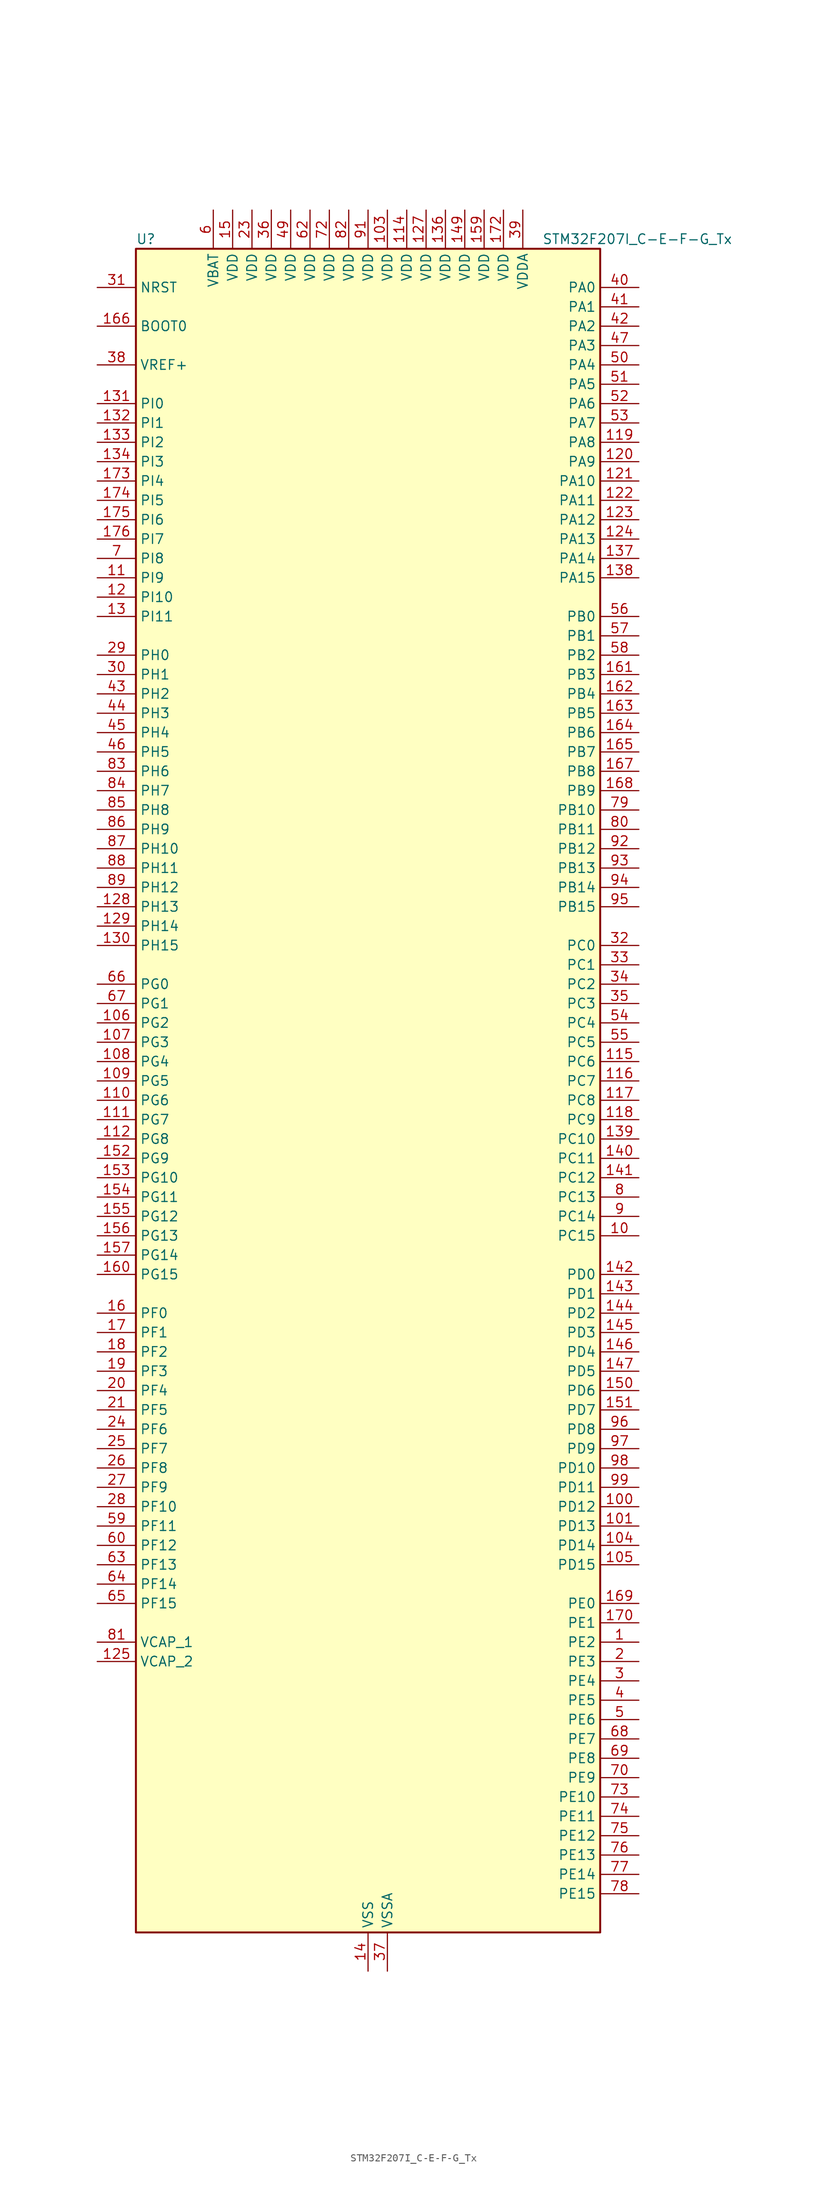
<source format=kicad_sym>
(kicad_symbol_lib
  (version 20241209)
  (generator "kicad_symbol_editor")
  (generator_version "9.0")
  (symbol "STM32F207I_C-E-F-G_Tx"
    (property "Reference" "U"
      (at -30.48 113.03 0)
      (effects (font (size 1.27 1.27)) (justify left)))
    (property "Value" "STM32F207I_C-E-F-G_Tx"
      (at 22.86 113.03 0)
      (effects (font (size 1.27 1.27)) (justify left)))
    (symbol "STM32F207I_C-E-F-G_Tx_0_1"
      (rectangle (start -30.48 -109.22) (end 30.48 111.76) (stroke (width 0.254) (type default)) (fill (type background))))
    (symbol "STM32F207I_C-E-F-G_Tx_1_1"
      (pin input line (at -35.56 106.68 0) (length 5.08) (name "NRST" (effects (font (size 1.27 1.27)))) (number "31" (effects (font (size 1.27 1.27)))))
      (pin input line (at -35.56 101.6 0) (length 5.08) (name "BOOT0" (effects (font (size 1.27 1.27)))) (number "166" (effects (font (size 1.27 1.27)))))
      (pin input line (at -35.56 96.52 0) (length 5.08) (name "VREF+" (effects (font (size 1.27 1.27)))) (number "38" (effects (font (size 1.27 1.27)))))
      (pin bidirectional line (at -35.56 91.44 0) (length 5.08) (name "PI0" (effects (font (size 1.27 1.27)))) (number "131" (effects (font (size 1.27 1.27)))) (alternate "DCMI_D13" bidirectional line) (alternate "I2S2_WS" bidirectional line) (alternate "SPI2_NSS" bidirectional line) (alternate "TIM5_CH4" bidirectional line))
      (pin bidirectional line (at -35.56 88.9 0) (length 5.08) (name "PI1" (effects (font (size 1.27 1.27)))) (number "132" (effects (font (size 1.27 1.27)))) (alternate "DCMI_D8" bidirectional line) (alternate "I2S2_SCK" bidirectional line) (alternate "SPI2_SCK" bidirectional line))
      (pin bidirectional line (at -35.56 86.36 0) (length 5.08) (name "PI2" (effects (font (size 1.27 1.27)))) (number "133" (effects (font (size 1.27 1.27)))) (alternate "DCMI_D9" bidirectional line) (alternate "SPI2_MISO" bidirectional line) (alternate "TIM8_CH4" bidirectional line))
      (pin bidirectional line (at -35.56 83.82 0) (length 5.08) (name "PI3" (effects (font (size 1.27 1.27)))) (number "134" (effects (font (size 1.27 1.27)))) (alternate "DCMI_D10" bidirectional line) (alternate "I2S2_SD" bidirectional line) (alternate "SPI2_MOSI" bidirectional line) (alternate "TIM8_ETR" bidirectional line))
      (pin bidirectional line (at -35.56 81.28 0) (length 5.08) (name "PI4" (effects (font (size 1.27 1.27)))) (number "173" (effects (font (size 1.27 1.27)))) (alternate "DCMI_D5" bidirectional line) (alternate "TIM8_BKIN" bidirectional line))
      (pin bidirectional line (at -35.56 78.74 0) (length 5.08) (name "PI5" (effects (font (size 1.27 1.27)))) (number "174" (effects (font (size 1.27 1.27)))) (alternate "DCMI_VSYNC" bidirectional line) (alternate "TIM8_CH1" bidirectional line))
      (pin bidirectional line (at -35.56 76.2 0) (length 5.08) (name "PI6" (effects (font (size 1.27 1.27)))) (number "175" (effects (font (size 1.27 1.27)))) (alternate "DCMI_D6" bidirectional line) (alternate "TIM8_CH2" bidirectional line))
      (pin bidirectional line (at -35.56 73.66 0) (length 5.08) (name "PI7" (effects (font (size 1.27 1.27)))) (number "176" (effects (font (size 1.27 1.27)))) (alternate "DCMI_D7" bidirectional line) (alternate "TIM8_CH3" bidirectional line))
      (pin bidirectional line (at -35.56 71.12 0) (length 5.08) (name "PI8" (effects (font (size 1.27 1.27)))) (number "7" (effects (font (size 1.27 1.27)))) (alternate "RTC_AF2" bidirectional line))
      (pin bidirectional line (at -35.56 68.58 0) (length 5.08) (name "PI9" (effects (font (size 1.27 1.27)))) (number "11" (effects (font (size 1.27 1.27)))) (alternate "CAN1_RX" bidirectional line) (alternate "DAC_EXTI9" bidirectional line))
      (pin bidirectional line (at -35.56 66.04 0) (length 5.08) (name "PI10" (effects (font (size 1.27 1.27)))) (number "12" (effects (font (size 1.27 1.27)))) (alternate "ETH_RX_ER" bidirectional line))
      (pin bidirectional line (at -35.56 63.5 0) (length 5.08) (name "PI11" (effects (font (size 1.27 1.27)))) (number "13" (effects (font (size 1.27 1.27)))) (alternate "ADC1_EXTI11" bidirectional line) (alternate "ADC2_EXTI11" bidirectional line) (alternate "ADC3_EXTI11" bidirectional line) (alternate "USB_OTG_HS_ULPI_DIR" bidirectional line))
      (pin bidirectional line (at -35.56 58.42 0) (length 5.08) (name "PH0" (effects (font (size 1.27 1.27)))) (number "29" (effects (font (size 1.27 1.27)))) (alternate "RCC_OSC_IN" bidirectional line))
      (pin bidirectional line (at -35.56 55.88 0) (length 5.08) (name "PH1" (effects (font (size 1.27 1.27)))) (number "30" (effects (font (size 1.27 1.27)))) (alternate "RCC_OSC_OUT" bidirectional line))
      (pin bidirectional line (at -35.56 53.34 0) (length 5.08) (name "PH2" (effects (font (size 1.27 1.27)))) (number "43" (effects (font (size 1.27 1.27)))) (alternate "ETH_CRS" bidirectional line))
      (pin bidirectional line (at -35.56 50.8 0) (length 5.08) (name "PH3" (effects (font (size 1.27 1.27)))) (number "44" (effects (font (size 1.27 1.27)))) (alternate "ETH_COL" bidirectional line))
      (pin bidirectional line (at -35.56 48.26 0) (length 5.08) (name "PH4" (effects (font (size 1.27 1.27)))) (number "45" (effects (font (size 1.27 1.27)))) (alternate "I2C2_SCL" bidirectional line) (alternate "USB_OTG_HS_ULPI_NXT" bidirectional line))
      (pin bidirectional line (at -35.56 45.72 0) (length 5.08) (name "PH5" (effects (font (size 1.27 1.27)))) (number "46" (effects (font (size 1.27 1.27)))) (alternate "I2C2_SDA" bidirectional line))
      (pin bidirectional line (at -35.56 43.18 0) (length 5.08) (name "PH6" (effects (font (size 1.27 1.27)))) (number "83" (effects (font (size 1.27 1.27)))) (alternate "ETH_RXD2" bidirectional line) (alternate "I2C2_SMBA" bidirectional line) (alternate "TIM12_CH1" bidirectional line))
      (pin bidirectional line (at -35.56 40.64 0) (length 5.08) (name "PH7" (effects (font (size 1.27 1.27)))) (number "84" (effects (font (size 1.27 1.27)))) (alternate "ETH_RXD3" bidirectional line) (alternate "I2C3_SCL" bidirectional line))
      (pin bidirectional line (at -35.56 38.1 0) (length 5.08) (name "PH8" (effects (font (size 1.27 1.27)))) (number "85" (effects (font (size 1.27 1.27)))) (alternate "DCMI_HSYNC" bidirectional line) (alternate "I2C3_SDA" bidirectional line))
      (pin bidirectional line (at -35.56 35.56 0) (length 5.08) (name "PH9" (effects (font (size 1.27 1.27)))) (number "86" (effects (font (size 1.27 1.27)))) (alternate "DAC_EXTI9" bidirectional line) (alternate "DCMI_D0" bidirectional line) (alternate "I2C3_SMBA" bidirectional line) (alternate "TIM12_CH2" bidirectional line))
      (pin bidirectional line (at -35.56 33.02 0) (length 5.08) (name "PH10" (effects (font (size 1.27 1.27)))) (number "87" (effects (font (size 1.27 1.27)))) (alternate "DCMI_D1" bidirectional line) (alternate "TIM5_CH1" bidirectional line))
      (pin bidirectional line (at -35.56 30.48 0) (length 5.08) (name "PH11" (effects (font (size 1.27 1.27)))) (number "88" (effects (font (size 1.27 1.27)))) (alternate "ADC1_EXTI11" bidirectional line) (alternate "ADC2_EXTI11" bidirectional line) (alternate "ADC3_EXTI11" bidirectional line) (alternate "DCMI_D2" bidirectional line) (alternate "TIM5_CH2" bidirectional line))
      (pin bidirectional line (at -35.56 27.94 0) (length 5.08) (name "PH12" (effects (font (size 1.27 1.27)))) (number "89" (effects (font (size 1.27 1.27)))) (alternate "DCMI_D3" bidirectional line) (alternate "TIM5_CH3" bidirectional line))
      (pin bidirectional line (at -35.56 25.4 0) (length 5.08) (name "PH13" (effects (font (size 1.27 1.27)))) (number "128" (effects (font (size 1.27 1.27)))) (alternate "CAN1_TX" bidirectional line) (alternate "TIM8_CH1N" bidirectional line))
      (pin bidirectional line (at -35.56 22.86 0) (length 5.08) (name "PH14" (effects (font (size 1.27 1.27)))) (number "129" (effects (font (size 1.27 1.27)))) (alternate "DCMI_D4" bidirectional line) (alternate "TIM8_CH2N" bidirectional line))
      (pin bidirectional line (at -35.56 20.32 0) (length 5.08) (name "PH15" (effects (font (size 1.27 1.27)))) (number "130" (effects (font (size 1.27 1.27)))) (alternate "ADC1_EXTI15" bidirectional line) (alternate "ADC2_EXTI15" bidirectional line) (alternate "ADC3_EXTI15" bidirectional line) (alternate "DCMI_D11" bidirectional line) (alternate "TIM8_CH3N" bidirectional line))
      (pin bidirectional line (at -35.56 15.24 0) (length 5.08) (name "PG0" (effects (font (size 1.27 1.27)))) (number "66" (effects (font (size 1.27 1.27)))) (alternate "FSMC_A10" bidirectional line))
      (pin bidirectional line (at -35.56 12.7 0) (length 5.08) (name "PG1" (effects (font (size 1.27 1.27)))) (number "67" (effects (font (size 1.27 1.27)))) (alternate "FSMC_A11" bidirectional line))
      (pin bidirectional line (at -35.56 10.16 0) (length 5.08) (name "PG2" (effects (font (size 1.27 1.27)))) (number "106" (effects (font (size 1.27 1.27)))) (alternate "FSMC_A12" bidirectional line))
      (pin bidirectional line (at -35.56 7.62 0) (length 5.08) (name "PG3" (effects (font (size 1.27 1.27)))) (number "107" (effects (font (size 1.27 1.27)))) (alternate "FSMC_A13" bidirectional line))
      (pin bidirectional line (at -35.56 5.08 0) (length 5.08) (name "PG4" (effects (font (size 1.27 1.27)))) (number "108" (effects (font (size 1.27 1.27)))) (alternate "FSMC_A14" bidirectional line))
      (pin bidirectional line (at -35.56 2.54 0) (length 5.08) (name "PG5" (effects (font (size 1.27 1.27)))) (number "109" (effects (font (size 1.27 1.27)))) (alternate "FSMC_A15" bidirectional line))
      (pin bidirectional line (at -35.56 0 0) (length 5.08) (name "PG6" (effects (font (size 1.27 1.27)))) (number "110" (effects (font (size 1.27 1.27)))) (alternate "FSMC_INT2" bidirectional line))
      (pin bidirectional line (at -35.56 -2.54 0) (length 5.08) (name "PG7" (effects (font (size 1.27 1.27)))) (number "111" (effects (font (size 1.27 1.27)))) (alternate "FSMC_INT3" bidirectional line) (alternate "USART6_CK" bidirectional line))
      (pin bidirectional line (at -35.56 -5.08 0) (length 5.08) (name "PG8" (effects (font (size 1.27 1.27)))) (number "112" (effects (font (size 1.27 1.27)))) (alternate "ETH_PPS_OUT" bidirectional line) (alternate "USART6_RTS" bidirectional line))
      (pin bidirectional line (at -35.56 -7.62 0) (length 5.08) (name "PG9" (effects (font (size 1.27 1.27)))) (number "152" (effects (font (size 1.27 1.27)))) (alternate "DAC_EXTI9" bidirectional line) (alternate "FSMC_NCE3" bidirectional line) (alternate "FSMC_NE2" bidirectional line) (alternate "USART6_RX" bidirectional line))
      (pin bidirectional line (at -35.56 -10.16 0) (length 5.08) (name "PG10" (effects (font (size 1.27 1.27)))) (number "153" (effects (font (size 1.27 1.27)))) (alternate "FSMC_NCE4_1" bidirectional line) (alternate "FSMC_NE3" bidirectional line))
      (pin bidirectional line (at -35.56 -12.7 0) (length 5.08) (name "PG11" (effects (font (size 1.27 1.27)))) (number "154" (effects (font (size 1.27 1.27)))) (alternate "ADC1_EXTI11" bidirectional line) (alternate "ADC2_EXTI11" bidirectional line) (alternate "ADC3_EXTI11" bidirectional line) (alternate "ETH_TX_EN" bidirectional line) (alternate "FSMC_NCE4_2" bidirectional line))
      (pin bidirectional line (at -35.56 -15.24 0) (length 5.08) (name "PG12" (effects (font (size 1.27 1.27)))) (number "155" (effects (font (size 1.27 1.27)))) (alternate "FSMC_NE4" bidirectional line) (alternate "USART6_RTS" bidirectional line))
      (pin bidirectional line (at -35.56 -17.78 0) (length 5.08) (name "PG13" (effects (font (size 1.27 1.27)))) (number "156" (effects (font (size 1.27 1.27)))) (alternate "ETH_TXD0" bidirectional line) (alternate "FSMC_A24" bidirectional line) (alternate "USART6_CTS" bidirectional line))
      (pin bidirectional line (at -35.56 -20.32 0) (length 5.08) (name "PG14" (effects (font (size 1.27 1.27)))) (number "157" (effects (font (size 1.27 1.27)))) (alternate "ETH_TXD1" bidirectional line) (alternate "FSMC_A25" bidirectional line) (alternate "USART6_TX" bidirectional line))
      (pin bidirectional line (at -35.56 -22.86 0) (length 5.08) (name "PG15" (effects (font (size 1.27 1.27)))) (number "160" (effects (font (size 1.27 1.27)))) (alternate "ADC1_EXTI15" bidirectional line) (alternate "ADC2_EXTI15" bidirectional line) (alternate "ADC3_EXTI15" bidirectional line) (alternate "DCMI_D13" bidirectional line) (alternate "USART6_CTS" bidirectional line))
      (pin bidirectional line (at -35.56 -27.94 0) (length 5.08) (name "PF0" (effects (font (size 1.27 1.27)))) (number "16" (effects (font (size 1.27 1.27)))) (alternate "FSMC_A0" bidirectional line) (alternate "I2C2_SDA" bidirectional line))
      (pin bidirectional line (at -35.56 -30.48 0) (length 5.08) (name "PF1" (effects (font (size 1.27 1.27)))) (number "17" (effects (font (size 1.27 1.27)))) (alternate "FSMC_A1" bidirectional line) (alternate "I2C2_SCL" bidirectional line))
      (pin bidirectional line (at -35.56 -33.02 0) (length 5.08) (name "PF2" (effects (font (size 1.27 1.27)))) (number "18" (effects (font (size 1.27 1.27)))) (alternate "FSMC_A2" bidirectional line) (alternate "I2C2_SMBA" bidirectional line))
      (pin bidirectional line (at -35.56 -35.56 0) (length 5.08) (name "PF3" (effects (font (size 1.27 1.27)))) (number "19" (effects (font (size 1.27 1.27)))) (alternate "ADC3_IN9" bidirectional line) (alternate "FSMC_A3" bidirectional line))
      (pin bidirectional line (at -35.56 -38.1 0) (length 5.08) (name "PF4" (effects (font (size 1.27 1.27)))) (number "20" (effects (font (size 1.27 1.27)))) (alternate "ADC3_IN14" bidirectional line) (alternate "FSMC_A4" bidirectional line))
      (pin bidirectional line (at -35.56 -40.64 0) (length 5.08) (name "PF5" (effects (font (size 1.27 1.27)))) (number "21" (effects (font (size 1.27 1.27)))) (alternate "ADC3_IN15" bidirectional line) (alternate "FSMC_A5" bidirectional line))
      (pin bidirectional line (at -35.56 -43.18 0) (length 5.08) (name "PF6" (effects (font (size 1.27 1.27)))) (number "24" (effects (font (size 1.27 1.27)))) (alternate "ADC3_IN4" bidirectional line) (alternate "FSMC_NIORD" bidirectional line) (alternate "TIM10_CH1" bidirectional line))
      (pin bidirectional line (at -35.56 -45.72 0) (length 5.08) (name "PF7" (effects (font (size 1.27 1.27)))) (number "25" (effects (font (size 1.27 1.27)))) (alternate "ADC3_IN5" bidirectional line) (alternate "FSMC_NREG" bidirectional line) (alternate "TIM11_CH1" bidirectional line))
      (pin bidirectional line (at -35.56 -48.26 0) (length 5.08) (name "PF8" (effects (font (size 1.27 1.27)))) (number "26" (effects (font (size 1.27 1.27)))) (alternate "ADC3_IN6" bidirectional line) (alternate "FSMC_NIOWR" bidirectional line) (alternate "TIM13_CH1" bidirectional line))
      (pin bidirectional line (at -35.56 -50.8 0) (length 5.08) (name "PF9" (effects (font (size 1.27 1.27)))) (number "27" (effects (font (size 1.27 1.27)))) (alternate "ADC3_IN7" bidirectional line) (alternate "DAC_EXTI9" bidirectional line) (alternate "FSMC_CD" bidirectional line) (alternate "TIM14_CH1" bidirectional line))
      (pin bidirectional line (at -35.56 -53.34 0) (length 5.08) (name "PF10" (effects (font (size 1.27 1.27)))) (number "28" (effects (font (size 1.27 1.27)))) (alternate "ADC3_IN8" bidirectional line) (alternate "FSMC_INTR" bidirectional line))
      (pin bidirectional line (at -35.56 -55.88 0) (length 5.08) (name "PF11" (effects (font (size 1.27 1.27)))) (number "59" (effects (font (size 1.27 1.27)))) (alternate "ADC1_EXTI11" bidirectional line) (alternate "ADC2_EXTI11" bidirectional line) (alternate "ADC3_EXTI11" bidirectional line) (alternate "DCMI_D12" bidirectional line))
      (pin bidirectional line (at -35.56 -58.42 0) (length 5.08) (name "PF12" (effects (font (size 1.27 1.27)))) (number "60" (effects (font (size 1.27 1.27)))) (alternate "FSMC_A6" bidirectional line))
      (pin bidirectional line (at -35.56 -60.96 0) (length 5.08) (name "PF13" (effects (font (size 1.27 1.27)))) (number "63" (effects (font (size 1.27 1.27)))) (alternate "FSMC_A7" bidirectional line))
      (pin bidirectional line (at -35.56 -63.5 0) (length 5.08) (name "PF14" (effects (font (size 1.27 1.27)))) (number "64" (effects (font (size 1.27 1.27)))) (alternate "FSMC_A8" bidirectional line))
      (pin bidirectional line (at -35.56 -66.04 0) (length 5.08) (name "PF15" (effects (font (size 1.27 1.27)))) (number "65" (effects (font (size 1.27 1.27)))) (alternate "ADC1_EXTI15" bidirectional line) (alternate "ADC2_EXTI15" bidirectional line) (alternate "ADC3_EXTI15" bidirectional line) (alternate "FSMC_A9" bidirectional line))
      (pin power_out line (at -35.56 -71.12 0) (length 5.08) (name "VCAP_1" (effects (font (size 1.27 1.27)))) (number "81" (effects (font (size 1.27 1.27)))))
      (pin power_out line (at -35.56 -73.66 0) (length 5.08) (name "VCAP_2" (effects (font (size 1.27 1.27)))) (number "125" (effects (font (size 1.27 1.27)))))
      (pin no_connect line (at -30.48 -109.22 0) (length 5.08) (hide yes) (name "RFU" (effects (font (size 1.27 1.27)))) (number "171" (effects (font (size 1.27 1.27)))))
      (pin power_in line (at -20.32 116.84 270) (length 5.08) (name "VBAT" (effects (font (size 1.27 1.27)))) (number "6" (effects (font (size 1.27 1.27)))))
      (pin power_in line (at -17.78 116.84 270) (length 5.08) (name "VDD" (effects (font (size 1.27 1.27)))) (number "15" (effects (font (size 1.27 1.27)))))
      (pin power_in line (at -15.24 116.84 270) (length 5.08) (name "VDD" (effects (font (size 1.27 1.27)))) (number "23" (effects (font (size 1.27 1.27)))))
      (pin power_in line (at -12.7 116.84 270) (length 5.08) (name "VDD" (effects (font (size 1.27 1.27)))) (number "36" (effects (font (size 1.27 1.27)))))
      (pin power_in line (at -10.16 116.84 270) (length 5.08) (name "VDD" (effects (font (size 1.27 1.27)))) (number "49" (effects (font (size 1.27 1.27)))))
      (pin power_in line (at -7.62 116.84 270) (length 5.08) (name "VDD" (effects (font (size 1.27 1.27)))) (number "62" (effects (font (size 1.27 1.27)))))
      (pin power_in line (at -5.08 116.84 270) (length 5.08) (name "VDD" (effects (font (size 1.27 1.27)))) (number "72" (effects (font (size 1.27 1.27)))))
      (pin power_in line (at -2.54 116.84 270) (length 5.08) (name "VDD" (effects (font (size 1.27 1.27)))) (number "82" (effects (font (size 1.27 1.27)))))
      (pin power_in line (at 0 116.84 270) (length 5.08) (name "VDD" (effects (font (size 1.27 1.27)))) (number "91" (effects (font (size 1.27 1.27)))))
      (pin passive line (at 0 -114.3 90) (length 5.08) (hide yes) (name "VSS" (effects (font (size 1.27 1.27)))) (number "102" (effects (font (size 1.27 1.27)))))
      (pin passive line (at 0 -114.3 90) (length 5.08) (hide yes) (name "VSS" (effects (font (size 1.27 1.27)))) (number "113" (effects (font (size 1.27 1.27)))))
      (pin passive line (at 0 -114.3 90) (length 5.08) (hide yes) (name "VSS" (effects (font (size 1.27 1.27)))) (number "126" (effects (font (size 1.27 1.27)))))
      (pin passive line (at 0 -114.3 90) (length 5.08) (hide yes) (name "VSS" (effects (font (size 1.27 1.27)))) (number "135" (effects (font (size 1.27 1.27)))))
      (pin power_in line (at 0 -114.3 90) (length 5.08) (name "VSS" (effects (font (size 1.27 1.27)))) (number "14" (effects (font (size 1.27 1.27)))))
      (pin passive line (at 0 -114.3 90) (length 5.08) (hide yes) (name "VSS" (effects (font (size 1.27 1.27)))) (number "148" (effects (font (size 1.27 1.27)))))
      (pin passive line (at 0 -114.3 90) (length 5.08) (hide yes) (name "VSS" (effects (font (size 1.27 1.27)))) (number "158" (effects (font (size 1.27 1.27)))))
      (pin passive line (at 0 -114.3 90) (length 5.08) (hide yes) (name "VSS" (effects (font (size 1.27 1.27)))) (number "22" (effects (font (size 1.27 1.27)))))
      (pin passive line (at 0 -114.3 90) (length 5.08) (hide yes) (name "VSS" (effects (font (size 1.27 1.27)))) (number "48" (effects (font (size 1.27 1.27)))))
      (pin passive line (at 0 -114.3 90) (length 5.08) (hide yes) (name "VSS" (effects (font (size 1.27 1.27)))) (number "61" (effects (font (size 1.27 1.27)))))
      (pin passive line (at 0 -114.3 90) (length 5.08) (hide yes) (name "VSS" (effects (font (size 1.27 1.27)))) (number "71" (effects (font (size 1.27 1.27)))))
      (pin passive line (at 0 -114.3 90) (length 5.08) (hide yes) (name "VSS" (effects (font (size 1.27 1.27)))) (number "90" (effects (font (size 1.27 1.27)))))
      (pin power_in line (at 2.54 116.84 270) (length 5.08) (name "VDD" (effects (font (size 1.27 1.27)))) (number "103" (effects (font (size 1.27 1.27)))))
      (pin power_in line (at 2.54 -114.3 90) (length 5.08) (name "VSSA" (effects (font (size 1.27 1.27)))) (number "37" (effects (font (size 1.27 1.27)))))
      (pin power_in line (at 5.08 116.84 270) (length 5.08) (name "VDD" (effects (font (size 1.27 1.27)))) (number "114" (effects (font (size 1.27 1.27)))))
      (pin power_in line (at 7.62 116.84 270) (length 5.08) (name "VDD" (effects (font (size 1.27 1.27)))) (number "127" (effects (font (size 1.27 1.27)))))
      (pin power_in line (at 10.16 116.84 270) (length 5.08) (name "VDD" (effects (font (size 1.27 1.27)))) (number "136" (effects (font (size 1.27 1.27)))))
      (pin power_in line (at 12.7 116.84 270) (length 5.08) (name "VDD" (effects (font (size 1.27 1.27)))) (number "149" (effects (font (size 1.27 1.27)))))
      (pin power_in line (at 15.24 116.84 270) (length 5.08) (name "VDD" (effects (font (size 1.27 1.27)))) (number "159" (effects (font (size 1.27 1.27)))))
      (pin power_in line (at 17.78 116.84 270) (length 5.08) (name "VDD" (effects (font (size 1.27 1.27)))) (number "172" (effects (font (size 1.27 1.27)))))
      (pin power_in line (at 20.32 116.84 270) (length 5.08) (name "VDDA" (effects (font (size 1.27 1.27)))) (number "39" (effects (font (size 1.27 1.27)))))
      (pin bidirectional line (at 35.56 106.68 180) (length 5.08) (name "PA0" (effects (font (size 1.27 1.27)))) (number "40" (effects (font (size 1.27 1.27)))) (alternate "ADC1_IN0" bidirectional line) (alternate "ADC2_IN0" bidirectional line) (alternate "ADC3_IN0" bidirectional line) (alternate "ETH_CRS" bidirectional line) (alternate "SYS_WKUP" bidirectional line) (alternate "TIM2_CH1" bidirectional line) (alternate "TIM2_ETR" bidirectional line) (alternate "TIM5_CH1" bidirectional line) (alternate "TIM8_ETR" bidirectional line) (alternate "UART4_TX" bidirectional line) (alternate "USART2_CTS" bidirectional line))
      (pin bidirectional line (at 35.56 104.14 180) (length 5.08) (name "PA1" (effects (font (size 1.27 1.27)))) (number "41" (effects (font (size 1.27 1.27)))) (alternate "ADC1_IN1" bidirectional line) (alternate "ADC2_IN1" bidirectional line) (alternate "ADC3_IN1" bidirectional line) (alternate "ETH_REF_CLK" bidirectional line) (alternate "ETH_RX_CLK" bidirectional line) (alternate "TIM2_CH2" bidirectional line) (alternate "TIM5_CH2" bidirectional line) (alternate "UART4_RX" bidirectional line) (alternate "USART2_RTS" bidirectional line))
      (pin bidirectional line (at 35.56 101.6 180) (length 5.08) (name "PA2" (effects (font (size 1.27 1.27)))) (number "42" (effects (font (size 1.27 1.27)))) (alternate "ADC1_IN2" bidirectional line) (alternate "ADC2_IN2" bidirectional line) (alternate "ADC3_IN2" bidirectional line) (alternate "ETH_MDIO" bidirectional line) (alternate "TIM2_CH3" bidirectional line) (alternate "TIM5_CH3" bidirectional line) (alternate "TIM9_CH1" bidirectional line) (alternate "USART2_TX" bidirectional line))
      (pin bidirectional line (at 35.56 99.06 180) (length 5.08) (name "PA3" (effects (font (size 1.27 1.27)))) (number "47" (effects (font (size 1.27 1.27)))) (alternate "ADC1_IN3" bidirectional line) (alternate "ADC2_IN3" bidirectional line) (alternate "ADC3_IN3" bidirectional line) (alternate "ETH_COL" bidirectional line) (alternate "TIM2_CH4" bidirectional line) (alternate "TIM5_CH4" bidirectional line) (alternate "TIM9_CH2" bidirectional line) (alternate "USART2_RX" bidirectional line) (alternate "USB_OTG_HS_ULPI_D0" bidirectional line))
      (pin bidirectional line (at 35.56 96.52 180) (length 5.08) (name "PA4" (effects (font (size 1.27 1.27)))) (number "50" (effects (font (size 1.27 1.27)))) (alternate "ADC1_IN4" bidirectional line) (alternate "ADC2_IN4" bidirectional line) (alternate "DAC_OUT1" bidirectional line) (alternate "DCMI_HSYNC" bidirectional line) (alternate "I2S3_WS" bidirectional line) (alternate "SPI1_NSS" bidirectional line) (alternate "SPI3_NSS" bidirectional line) (alternate "USART2_CK" bidirectional line) (alternate "USB_OTG_HS_SOF" bidirectional line))
      (pin bidirectional line (at 35.56 93.98 180) (length 5.08) (name "PA5" (effects (font (size 1.27 1.27)))) (number "51" (effects (font (size 1.27 1.27)))) (alternate "ADC1_IN5" bidirectional line) (alternate "ADC2_IN5" bidirectional line) (alternate "DAC_OUT2" bidirectional line) (alternate "SPI1_SCK" bidirectional line) (alternate "TIM2_CH1" bidirectional line) (alternate "TIM2_ETR" bidirectional line) (alternate "TIM8_CH1N" bidirectional line) (alternate "USB_OTG_HS_ULPI_CK" bidirectional line))
      (pin bidirectional line (at 35.56 91.44 180) (length 5.08) (name "PA6" (effects (font (size 1.27 1.27)))) (number "52" (effects (font (size 1.27 1.27)))) (alternate "ADC1_IN6" bidirectional line) (alternate "ADC2_IN6" bidirectional line) (alternate "DCMI_PIXCLK" bidirectional line) (alternate "SPI1_MISO" bidirectional line) (alternate "TIM13_CH1" bidirectional line) (alternate "TIM1_BKIN" bidirectional line) (alternate "TIM3_CH1" bidirectional line) (alternate "TIM8_BKIN" bidirectional line))
      (pin bidirectional line (at 35.56 88.9 180) (length 5.08) (name "PA7" (effects (font (size 1.27 1.27)))) (number "53" (effects (font (size 1.27 1.27)))) (alternate "ADC1_IN7" bidirectional line) (alternate "ADC2_IN7" bidirectional line) (alternate "ETH_CRS_DV" bidirectional line) (alternate "ETH_RX_DV" bidirectional line) (alternate "SPI1_MOSI" bidirectional line) (alternate "TIM14_CH1" bidirectional line) (alternate "TIM1_CH1N" bidirectional line) (alternate "TIM3_CH2" bidirectional line) (alternate "TIM8_CH1N" bidirectional line))
      (pin bidirectional line (at 35.56 86.36 180) (length 5.08) (name "PA8" (effects (font (size 1.27 1.27)))) (number "119" (effects (font (size 1.27 1.27)))) (alternate "I2C3_SCL" bidirectional line) (alternate "RCC_MCO_1" bidirectional line) (alternate "TIM1_CH1" bidirectional line) (alternate "USART1_CK" bidirectional line) (alternate "USB_OTG_FS_SOF" bidirectional line))
      (pin bidirectional line (at 35.56 83.82 180) (length 5.08) (name "PA9" (effects (font (size 1.27 1.27)))) (number "120" (effects (font (size 1.27 1.27)))) (alternate "DAC_EXTI9" bidirectional line) (alternate "DCMI_D0" bidirectional line) (alternate "I2C3_SMBA" bidirectional line) (alternate "TIM1_CH2" bidirectional line) (alternate "USART1_TX" bidirectional line) (alternate "USB_OTG_FS_VBUS" bidirectional line))
      (pin bidirectional line (at 35.56 81.28 180) (length 5.08) (name "PA10" (effects (font (size 1.27 1.27)))) (number "121" (effects (font (size 1.27 1.27)))) (alternate "DCMI_D1" bidirectional line) (alternate "TIM1_CH3" bidirectional line) (alternate "USART1_RX" bidirectional line) (alternate "USB_OTG_FS_ID" bidirectional line))
      (pin bidirectional line (at 35.56 78.74 180) (length 5.08) (name "PA11" (effects (font (size 1.27 1.27)))) (number "122" (effects (font (size 1.27 1.27)))) (alternate "ADC1_EXTI11" bidirectional line) (alternate "ADC2_EXTI11" bidirectional line) (alternate "ADC3_EXTI11" bidirectional line) (alternate "CAN1_RX" bidirectional line) (alternate "TIM1_CH4" bidirectional line) (alternate "USART1_CTS" bidirectional line) (alternate "USB_OTG_FS_DM" bidirectional line))
      (pin bidirectional line (at 35.56 76.2 180) (length 5.08) (name "PA12" (effects (font (size 1.27 1.27)))) (number "123" (effects (font (size 1.27 1.27)))) (alternate "CAN1_TX" bidirectional line) (alternate "TIM1_ETR" bidirectional line) (alternate "USART1_RTS" bidirectional line) (alternate "USB_OTG_FS_DP" bidirectional line))
      (pin bidirectional line (at 35.56 73.66 180) (length 5.08) (name "PA13" (effects (font (size 1.27 1.27)))) (number "124" (effects (font (size 1.27 1.27)))) (alternate "SYS_JTMS-SWDIO" bidirectional line))
      (pin bidirectional line (at 35.56 71.12 180) (length 5.08) (name "PA14" (effects (font (size 1.27 1.27)))) (number "137" (effects (font (size 1.27 1.27)))) (alternate "SYS_JTCK-SWCLK" bidirectional line))
      (pin bidirectional line (at 35.56 68.58 180) (length 5.08) (name "PA15" (effects (font (size 1.27 1.27)))) (number "138" (effects (font (size 1.27 1.27)))) (alternate "ADC1_EXTI15" bidirectional line) (alternate "ADC2_EXTI15" bidirectional line) (alternate "ADC3_EXTI15" bidirectional line) (alternate "I2S3_WS" bidirectional line) (alternate "SPI1_NSS" bidirectional line) (alternate "SPI3_NSS" bidirectional line) (alternate "SYS_JTDI" bidirectional line) (alternate "TIM2_CH1" bidirectional line) (alternate "TIM2_ETR" bidirectional line))
      (pin bidirectional line (at 35.56 63.5 180) (length 5.08) (name "PB0" (effects (font (size 1.27 1.27)))) (number "56" (effects (font (size 1.27 1.27)))) (alternate "ADC1_IN8" bidirectional line) (alternate "ADC2_IN8" bidirectional line) (alternate "ETH_RXD2" bidirectional line) (alternate "TIM1_CH2N" bidirectional line) (alternate "TIM3_CH3" bidirectional line) (alternate "TIM8_CH2N" bidirectional line) (alternate "USB_OTG_HS_ULPI_D1" bidirectional line))
      (pin bidirectional line (at 35.56 60.96 180) (length 5.08) (name "PB1" (effects (font (size 1.27 1.27)))) (number "57" (effects (font (size 1.27 1.27)))) (alternate "ADC1_IN9" bidirectional line) (alternate "ADC2_IN9" bidirectional line) (alternate "ETH_RXD3" bidirectional line) (alternate "TIM1_CH3N" bidirectional line) (alternate "TIM3_CH4" bidirectional line) (alternate "TIM8_CH3N" bidirectional line) (alternate "USB_OTG_HS_ULPI_D2" bidirectional line))
      (pin bidirectional line (at 35.56 58.42 180) (length 5.08) (name "PB2" (effects (font (size 1.27 1.27)))) (number "58" (effects (font (size 1.27 1.27)))))
      (pin bidirectional line (at 35.56 55.88 180) (length 5.08) (name "PB3" (effects (font (size 1.27 1.27)))) (number "161" (effects (font (size 1.27 1.27)))) (alternate "I2S3_SCK" bidirectional line) (alternate "SPI1_SCK" bidirectional line) (alternate "SPI3_SCK" bidirectional line) (alternate "SYS_JTDO-SWO" bidirectional line) (alternate "TIM2_CH2" bidirectional line))
      (pin bidirectional line (at 35.56 53.34 180) (length 5.08) (name "PB4" (effects (font (size 1.27 1.27)))) (number "162" (effects (font (size 1.27 1.27)))) (alternate "SPI1_MISO" bidirectional line) (alternate "SPI3_MISO" bidirectional line) (alternate "SYS_JTRST" bidirectional line) (alternate "TIM3_CH1" bidirectional line))
      (pin bidirectional line (at 35.56 50.8 180) (length 5.08) (name "PB5" (effects (font (size 1.27 1.27)))) (number "163" (effects (font (size 1.27 1.27)))) (alternate "CAN2_RX" bidirectional line) (alternate "DCMI_D10" bidirectional line) (alternate "ETH_PPS_OUT" bidirectional line) (alternate "I2C1_SMBA" bidirectional line) (alternate "I2S3_SD" bidirectional line) (alternate "SPI1_MOSI" bidirectional line) (alternate "SPI3_MOSI" bidirectional line) (alternate "TIM3_CH2" bidirectional line) (alternate "USB_OTG_HS_ULPI_D7" bidirectional line))
      (pin bidirectional line (at 35.56 48.26 180) (length 5.08) (name "PB6" (effects (font (size 1.27 1.27)))) (number "164" (effects (font (size 1.27 1.27)))) (alternate "CAN2_TX" bidirectional line) (alternate "DCMI_D5" bidirectional line) (alternate "I2C1_SCL" bidirectional line) (alternate "TIM4_CH1" bidirectional line) (alternate "USART1_TX" bidirectional line))
      (pin bidirectional line (at 35.56 45.72 180) (length 5.08) (name "PB7" (effects (font (size 1.27 1.27)))) (number "165" (effects (font (size 1.27 1.27)))) (alternate "DCMI_VSYNC" bidirectional line) (alternate "FSMC_NL" bidirectional line) (alternate "I2C1_SDA" bidirectional line) (alternate "TIM4_CH2" bidirectional line) (alternate "USART1_RX" bidirectional line))
      (pin bidirectional line (at 35.56 43.18 180) (length 5.08) (name "PB8" (effects (font (size 1.27 1.27)))) (number "167" (effects (font (size 1.27 1.27)))) (alternate "CAN1_RX" bidirectional line) (alternate "DCMI_D6" bidirectional line) (alternate "ETH_TXD3" bidirectional line) (alternate "I2C1_SCL" bidirectional line) (alternate "SDIO_D4" bidirectional line) (alternate "TIM10_CH1" bidirectional line) (alternate "TIM4_CH3" bidirectional line))
      (pin bidirectional line (at 35.56 40.64 180) (length 5.08) (name "PB9" (effects (font (size 1.27 1.27)))) (number "168" (effects (font (size 1.27 1.27)))) (alternate "CAN1_TX" bidirectional line) (alternate "DAC_EXTI9" bidirectional line) (alternate "DCMI_D7" bidirectional line) (alternate "I2C1_SDA" bidirectional line) (alternate "I2S2_WS" bidirectional line) (alternate "SDIO_D5" bidirectional line) (alternate "SPI2_NSS" bidirectional line) (alternate "TIM11_CH1" bidirectional line) (alternate "TIM4_CH4" bidirectional line))
      (pin bidirectional line (at 35.56 38.1 180) (length 5.08) (name "PB10" (effects (font (size 1.27 1.27)))) (number "79" (effects (font (size 1.27 1.27)))) (alternate "ETH_RX_ER" bidirectional line) (alternate "I2C2_SCL" bidirectional line) (alternate "I2S2_SCK" bidirectional line) (alternate "SPI2_SCK" bidirectional line) (alternate "TIM2_CH3" bidirectional line) (alternate "USART3_TX" bidirectional line) (alternate "USB_OTG_HS_ULPI_D3" bidirectional line))
      (pin bidirectional line (at 35.56 35.56 180) (length 5.08) (name "PB11" (effects (font (size 1.27 1.27)))) (number "80" (effects (font (size 1.27 1.27)))) (alternate "ADC1_EXTI11" bidirectional line) (alternate "ADC2_EXTI11" bidirectional line) (alternate "ADC3_EXTI11" bidirectional line) (alternate "ETH_TX_EN" bidirectional line) (alternate "I2C2_SDA" bidirectional line) (alternate "TIM2_CH4" bidirectional line) (alternate "USART3_RX" bidirectional line) (alternate "USB_OTG_HS_ULPI_D4" bidirectional line))
      (pin bidirectional line (at 35.56 33.02 180) (length 5.08) (name "PB12" (effects (font (size 1.27 1.27)))) (number "92" (effects (font (size 1.27 1.27)))) (alternate "CAN2_RX" bidirectional line) (alternate "ETH_TXD0" bidirectional line) (alternate "I2C2_SMBA" bidirectional line) (alternate "I2S2_WS" bidirectional line) (alternate "SPI2_NSS" bidirectional line) (alternate "TIM1_BKIN" bidirectional line) (alternate "USART3_CK" bidirectional line) (alternate "USB_OTG_HS_ID" bidirectional line) (alternate "USB_OTG_HS_ULPI_D5" bidirectional line))
      (pin bidirectional line (at 35.56 30.48 180) (length 5.08) (name "PB13" (effects (font (size 1.27 1.27)))) (number "93" (effects (font (size 1.27 1.27)))) (alternate "CAN2_TX" bidirectional line) (alternate "ETH_TXD1" bidirectional line) (alternate "I2S2_SCK" bidirectional line) (alternate "SPI2_SCK" bidirectional line) (alternate "TIM1_CH1N" bidirectional line) (alternate "USART3_CTS" bidirectional line) (alternate "USB_OTG_HS_ULPI_D6" bidirectional line) (alternate "USB_OTG_HS_VBUS" bidirectional line))
      (pin bidirectional line (at 35.56 27.94 180) (length 5.08) (name "PB14" (effects (font (size 1.27 1.27)))) (number "94" (effects (font (size 1.27 1.27)))) (alternate "SPI2_MISO" bidirectional line) (alternate "TIM12_CH1" bidirectional line) (alternate "TIM1_CH2N" bidirectional line) (alternate "TIM8_CH2N" bidirectional line) (alternate "USART3_RTS" bidirectional line) (alternate "USB_OTG_HS_DM" bidirectional line))
      (pin bidirectional line (at 35.56 25.4 180) (length 5.08) (name "PB15" (effects (font (size 1.27 1.27)))) (number "95" (effects (font (size 1.27 1.27)))) (alternate "ADC1_EXTI15" bidirectional line) (alternate "ADC2_EXTI15" bidirectional line) (alternate "ADC3_EXTI15" bidirectional line) (alternate "I2S2_SD" bidirectional line) (alternate "RTC_REFIN" bidirectional line) (alternate "SPI2_MOSI" bidirectional line) (alternate "TIM12_CH2" bidirectional line) (alternate "TIM1_CH3N" bidirectional line) (alternate "TIM8_CH3N" bidirectional line) (alternate "USB_OTG_HS_DP" bidirectional line))
      (pin bidirectional line (at 35.56 20.32 180) (length 5.08) (name "PC0" (effects (font (size 1.27 1.27)))) (number "32" (effects (font (size 1.27 1.27)))) (alternate "ADC1_IN10" bidirectional line) (alternate "ADC2_IN10" bidirectional line) (alternate "ADC3_IN10" bidirectional line) (alternate "USB_OTG_HS_ULPI_STP" bidirectional line))
      (pin bidirectional line (at 35.56 17.78 180) (length 5.08) (name "PC1" (effects (font (size 1.27 1.27)))) (number "33" (effects (font (size 1.27 1.27)))) (alternate "ADC1_IN11" bidirectional line) (alternate "ADC2_IN11" bidirectional line) (alternate "ADC3_IN11" bidirectional line) (alternate "ETH_MDC" bidirectional line))
      (pin bidirectional line (at 35.56 15.24 180) (length 5.08) (name "PC2" (effects (font (size 1.27 1.27)))) (number "34" (effects (font (size 1.27 1.27)))) (alternate "ADC1_IN12" bidirectional line) (alternate "ADC2_IN12" bidirectional line) (alternate "ADC3_IN12" bidirectional line) (alternate "ETH_TXD2" bidirectional line) (alternate "SPI2_MISO" bidirectional line) (alternate "USB_OTG_HS_ULPI_DIR" bidirectional line))
      (pin bidirectional line (at 35.56 12.7 180) (length 5.08) (name "PC3" (effects (font (size 1.27 1.27)))) (number "35" (effects (font (size 1.27 1.27)))) (alternate "ADC1_IN13" bidirectional line) (alternate "ADC2_IN13" bidirectional line) (alternate "ADC3_IN13" bidirectional line) (alternate "ETH_TX_CLK" bidirectional line) (alternate "I2S2_SD" bidirectional line) (alternate "SPI2_MOSI" bidirectional line) (alternate "USB_OTG_HS_ULPI_NXT" bidirectional line))
      (pin bidirectional line (at 35.56 10.16 180) (length 5.08) (name "PC4" (effects (font (size 1.27 1.27)))) (number "54" (effects (font (size 1.27 1.27)))) (alternate "ADC1_IN14" bidirectional line) (alternate "ADC2_IN14" bidirectional line) (alternate "ETH_RXD0" bidirectional line))
      (pin bidirectional line (at 35.56 7.62 180) (length 5.08) (name "PC5" (effects (font (size 1.27 1.27)))) (number "55" (effects (font (size 1.27 1.27)))) (alternate "ADC1_IN15" bidirectional line) (alternate "ADC2_IN15" bidirectional line) (alternate "ETH_RXD1" bidirectional line))
      (pin bidirectional line (at 35.56 5.08 180) (length 5.08) (name "PC6" (effects (font (size 1.27 1.27)))) (number "115" (effects (font (size 1.27 1.27)))) (alternate "DCMI_D0" bidirectional line) (alternate "I2S2_MCK" bidirectional line) (alternate "SDIO_D6" bidirectional line) (alternate "TIM3_CH1" bidirectional line) (alternate "TIM8_CH1" bidirectional line) (alternate "USART6_TX" bidirectional line))
      (pin bidirectional line (at 35.56 2.54 180) (length 5.08) (name "PC7" (effects (font (size 1.27 1.27)))) (number "116" (effects (font (size 1.27 1.27)))) (alternate "DCMI_D1" bidirectional line) (alternate "I2S3_MCK" bidirectional line) (alternate "SDIO_D7" bidirectional line) (alternate "TIM3_CH2" bidirectional line) (alternate "TIM8_CH2" bidirectional line) (alternate "USART6_RX" bidirectional line))
      (pin bidirectional line (at 35.56 0 180) (length 5.08) (name "PC8" (effects (font (size 1.27 1.27)))) (number "117" (effects (font (size 1.27 1.27)))) (alternate "DCMI_D2" bidirectional line) (alternate "SDIO_D0" bidirectional line) (alternate "TIM3_CH3" bidirectional line) (alternate "TIM8_CH3" bidirectional line) (alternate "USART6_CK" bidirectional line))
      (pin bidirectional line (at 35.56 -2.54 180) (length 5.08) (name "PC9" (effects (font (size 1.27 1.27)))) (number "118" (effects (font (size 1.27 1.27)))) (alternate "DAC_EXTI9" bidirectional line) (alternate "DCMI_D3" bidirectional line) (alternate "I2C3_SDA" bidirectional line) (alternate "I2S_CKIN" bidirectional line) (alternate "RCC_MCO_2" bidirectional line) (alternate "SDIO_D1" bidirectional line) (alternate "TIM3_CH4" bidirectional line) (alternate "TIM8_CH4" bidirectional line))
      (pin bidirectional line (at 35.56 -5.08 180) (length 5.08) (name "PC10" (effects (font (size 1.27 1.27)))) (number "139" (effects (font (size 1.27 1.27)))) (alternate "DCMI_D8" bidirectional line) (alternate "I2S3_SCK" bidirectional line) (alternate "SDIO_D2" bidirectional line) (alternate "SPI3_SCK" bidirectional line) (alternate "UART4_TX" bidirectional line) (alternate "USART3_TX" bidirectional line))
      (pin bidirectional line (at 35.56 -7.62 180) (length 5.08) (name "PC11" (effects (font (size 1.27 1.27)))) (number "140" (effects (font (size 1.27 1.27)))) (alternate "ADC1_EXTI11" bidirectional line) (alternate "ADC2_EXTI11" bidirectional line) (alternate "ADC3_EXTI11" bidirectional line) (alternate "DCMI_D4" bidirectional line) (alternate "SDIO_D3" bidirectional line) (alternate "SPI3_MISO" bidirectional line) (alternate "UART4_RX" bidirectional line) (alternate "USART3_RX" bidirectional line))
      (pin bidirectional line (at 35.56 -10.16 180) (length 5.08) (name "PC12" (effects (font (size 1.27 1.27)))) (number "141" (effects (font (size 1.27 1.27)))) (alternate "DCMI_D9" bidirectional line) (alternate "I2S3_SD" bidirectional line) (alternate "SDIO_CK" bidirectional line) (alternate "SPI3_MOSI" bidirectional line) (alternate "UART5_TX" bidirectional line) (alternate "USART3_CK" bidirectional line))
      (pin bidirectional line (at 35.56 -12.7 180) (length 5.08) (name "PC13" (effects (font (size 1.27 1.27)))) (number "8" (effects (font (size 1.27 1.27)))) (alternate "RTC_AF1" bidirectional line))
      (pin bidirectional line (at 35.56 -15.24 180) (length 5.08) (name "PC14" (effects (font (size 1.27 1.27)))) (number "9" (effects (font (size 1.27 1.27)))) (alternate "RCC_OSC32_IN" bidirectional line))
      (pin bidirectional line (at 35.56 -17.78 180) (length 5.08) (name "PC15" (effects (font (size 1.27 1.27)))) (number "10" (effects (font (size 1.27 1.27)))) (alternate "ADC1_EXTI15" bidirectional line) (alternate "ADC2_EXTI15" bidirectional line) (alternate "ADC3_EXTI15" bidirectional line) (alternate "RCC_OSC32_OUT" bidirectional line))
      (pin bidirectional line (at 35.56 -22.86 180) (length 5.08) (name "PD0" (effects (font (size 1.27 1.27)))) (number "142" (effects (font (size 1.27 1.27)))) (alternate "CAN1_RX" bidirectional line) (alternate "FSMC_D2" bidirectional line) (alternate "FSMC_DA2" bidirectional line))
      (pin bidirectional line (at 35.56 -25.4 180) (length 5.08) (name "PD1" (effects (font (size 1.27 1.27)))) (number "143" (effects (font (size 1.27 1.27)))) (alternate "CAN1_TX" bidirectional line) (alternate "FSMC_D3" bidirectional line) (alternate "FSMC_DA3" bidirectional line))
      (pin bidirectional line (at 35.56 -27.94 180) (length 5.08) (name "PD2" (effects (font (size 1.27 1.27)))) (number "144" (effects (font (size 1.27 1.27)))) (alternate "DCMI_D11" bidirectional line) (alternate "SDIO_CMD" bidirectional line) (alternate "TIM3_ETR" bidirectional line) (alternate "UART5_RX" bidirectional line))
      (pin bidirectional line (at 35.56 -30.48 180) (length 5.08) (name "PD3" (effects (font (size 1.27 1.27)))) (number "145" (effects (font (size 1.27 1.27)))) (alternate "FSMC_CLK" bidirectional line) (alternate "USART2_CTS" bidirectional line))
      (pin bidirectional line (at 35.56 -33.02 180) (length 5.08) (name "PD4" (effects (font (size 1.27 1.27)))) (number "146" (effects (font (size 1.27 1.27)))) (alternate "FSMC_NOE" bidirectional line) (alternate "USART2_RTS" bidirectional line))
      (pin bidirectional line (at 35.56 -35.56 180) (length 5.08) (name "PD5" (effects (font (size 1.27 1.27)))) (number "147" (effects (font (size 1.27 1.27)))) (alternate "FSMC_NWE" bidirectional line) (alternate "USART2_TX" bidirectional line))
      (pin bidirectional line (at 35.56 -38.1 180) (length 5.08) (name "PD6" (effects (font (size 1.27 1.27)))) (number "150" (effects (font (size 1.27 1.27)))) (alternate "FSMC_NWAIT" bidirectional line) (alternate "USART2_RX" bidirectional line))
      (pin bidirectional line (at 35.56 -40.64 180) (length 5.08) (name "PD7" (effects (font (size 1.27 1.27)))) (number "151" (effects (font (size 1.27 1.27)))) (alternate "FSMC_NCE2" bidirectional line) (alternate "FSMC_NE1" bidirectional line) (alternate "USART2_CK" bidirectional line))
      (pin bidirectional line (at 35.56 -43.18 180) (length 5.08) (name "PD8" (effects (font (size 1.27 1.27)))) (number "96" (effects (font (size 1.27 1.27)))) (alternate "FSMC_D13" bidirectional line) (alternate "FSMC_DA13" bidirectional line) (alternate "USART3_TX" bidirectional line))
      (pin bidirectional line (at 35.56 -45.72 180) (length 5.08) (name "PD9" (effects (font (size 1.27 1.27)))) (number "97" (effects (font (size 1.27 1.27)))) (alternate "DAC_EXTI9" bidirectional line) (alternate "FSMC_D14" bidirectional line) (alternate "FSMC_DA14" bidirectional line) (alternate "USART3_RX" bidirectional line))
      (pin bidirectional line (at 35.56 -48.26 180) (length 5.08) (name "PD10" (effects (font (size 1.27 1.27)))) (number "98" (effects (font (size 1.27 1.27)))) (alternate "FSMC_D15" bidirectional line) (alternate "FSMC_DA15" bidirectional line) (alternate "USART3_CK" bidirectional line))
      (pin bidirectional line (at 35.56 -50.8 180) (length 5.08) (name "PD11" (effects (font (size 1.27 1.27)))) (number "99" (effects (font (size 1.27 1.27)))) (alternate "ADC1_EXTI11" bidirectional line) (alternate "ADC2_EXTI11" bidirectional line) (alternate "ADC3_EXTI11" bidirectional line) (alternate "FSMC_A16" bidirectional line) (alternate "FSMC_CLE" bidirectional line) (alternate "USART3_CTS" bidirectional line))
      (pin bidirectional line (at 35.56 -53.34 180) (length 5.08) (name "PD12" (effects (font (size 1.27 1.27)))) (number "100" (effects (font (size 1.27 1.27)))) (alternate "FSMC_A17" bidirectional line) (alternate "FSMC_ALE" bidirectional line) (alternate "TIM4_CH1" bidirectional line) (alternate "USART3_RTS" bidirectional line))
      (pin bidirectional line (at 35.56 -55.88 180) (length 5.08) (name "PD13" (effects (font (size 1.27 1.27)))) (number "101" (effects (font (size 1.27 1.27)))) (alternate "FSMC_A18" bidirectional line) (alternate "TIM4_CH2" bidirectional line))
      (pin bidirectional line (at 35.56 -58.42 180) (length 5.08) (name "PD14" (effects (font (size 1.27 1.27)))) (number "104" (effects (font (size 1.27 1.27)))) (alternate "FSMC_D0" bidirectional line) (alternate "FSMC_DA0" bidirectional line) (alternate "TIM4_CH3" bidirectional line))
      (pin bidirectional line (at 35.56 -60.96 180) (length 5.08) (name "PD15" (effects (font (size 1.27 1.27)))) (number "105" (effects (font (size 1.27 1.27)))) (alternate "ADC1_EXTI15" bidirectional line) (alternate "ADC2_EXTI15" bidirectional line) (alternate "ADC3_EXTI15" bidirectional line) (alternate "FSMC_D1" bidirectional line) (alternate "FSMC_DA1" bidirectional line) (alternate "TIM4_CH4" bidirectional line))
      (pin bidirectional line (at 35.56 -66.04 180) (length 5.08) (name "PE0" (effects (font (size 1.27 1.27)))) (number "169" (effects (font (size 1.27 1.27)))) (alternate "DCMI_D2" bidirectional line) (alternate "FSMC_NBL0" bidirectional line) (alternate "TIM4_ETR" bidirectional line))
      (pin bidirectional line (at 35.56 -68.58 180) (length 5.08) (name "PE1" (effects (font (size 1.27 1.27)))) (number "170" (effects (font (size 1.27 1.27)))) (alternate "DCMI_D3" bidirectional line) (alternate "FSMC_NBL1" bidirectional line))
      (pin bidirectional line (at 35.56 -71.12 180) (length 5.08) (name "PE2" (effects (font (size 1.27 1.27)))) (number "1" (effects (font (size 1.27 1.27)))) (alternate "ETH_TXD3" bidirectional line) (alternate "FSMC_A23" bidirectional line) (alternate "SYS_TRACECLK" bidirectional line))
      (pin bidirectional line (at 35.56 -73.66 180) (length 5.08) (name "PE3" (effects (font (size 1.27 1.27)))) (number "2" (effects (font (size 1.27 1.27)))) (alternate "FSMC_A19" bidirectional line) (alternate "SYS_TRACED0" bidirectional line))
      (pin bidirectional line (at 35.56 -76.2 180) (length 5.08) (name "PE4" (effects (font (size 1.27 1.27)))) (number "3" (effects (font (size 1.27 1.27)))) (alternate "DCMI_D4" bidirectional line) (alternate "FSMC_A20" bidirectional line) (alternate "SYS_TRACED1" bidirectional line))
      (pin bidirectional line (at 35.56 -78.74 180) (length 5.08) (name "PE5" (effects (font (size 1.27 1.27)))) (number "4" (effects (font (size 1.27 1.27)))) (alternate "DCMI_D6" bidirectional line) (alternate "FSMC_A21" bidirectional line) (alternate "SYS_TRACED2" bidirectional line) (alternate "TIM9_CH1" bidirectional line))
      (pin bidirectional line (at 35.56 -81.28 180) (length 5.08) (name "PE6" (effects (font (size 1.27 1.27)))) (number "5" (effects (font (size 1.27 1.27)))) (alternate "DCMI_D7" bidirectional line) (alternate "FSMC_A22" bidirectional line) (alternate "SYS_TRACED3" bidirectional line) (alternate "TIM9_CH2" bidirectional line))
      (pin bidirectional line (at 35.56 -83.82 180) (length 5.08) (name "PE7" (effects (font (size 1.27 1.27)))) (number "68" (effects (font (size 1.27 1.27)))) (alternate "FSMC_D4" bidirectional line) (alternate "FSMC_DA4" bidirectional line) (alternate "TIM1_ETR" bidirectional line))
      (pin bidirectional line (at 35.56 -86.36 180) (length 5.08) (name "PE8" (effects (font (size 1.27 1.27)))) (number "69" (effects (font (size 1.27 1.27)))) (alternate "FSMC_D5" bidirectional line) (alternate "FSMC_DA5" bidirectional line) (alternate "TIM1_CH1N" bidirectional line))
      (pin bidirectional line (at 35.56 -88.9 180) (length 5.08) (name "PE9" (effects (font (size 1.27 1.27)))) (number "70" (effects (font (size 1.27 1.27)))) (alternate "DAC_EXTI9" bidirectional line) (alternate "FSMC_D6" bidirectional line) (alternate "FSMC_DA6" bidirectional line) (alternate "TIM1_CH1" bidirectional line))
      (pin bidirectional line (at 35.56 -91.44 180) (length 5.08) (name "PE10" (effects (font (size 1.27 1.27)))) (number "73" (effects (font (size 1.27 1.27)))) (alternate "FSMC_D7" bidirectional line) (alternate "FSMC_DA7" bidirectional line) (alternate "TIM1_CH2N" bidirectional line))
      (pin bidirectional line (at 35.56 -93.98 180) (length 5.08) (name "PE11" (effects (font (size 1.27 1.27)))) (number "74" (effects (font (size 1.27 1.27)))) (alternate "ADC1_EXTI11" bidirectional line) (alternate "ADC2_EXTI11" bidirectional line) (alternate "ADC3_EXTI11" bidirectional line) (alternate "FSMC_D8" bidirectional line) (alternate "FSMC_DA8" bidirectional line) (alternate "TIM1_CH2" bidirectional line))
      (pin bidirectional line (at 35.56 -96.52 180) (length 5.08) (name "PE12" (effects (font (size 1.27 1.27)))) (number "75" (effects (font (size 1.27 1.27)))) (alternate "FSMC_D9" bidirectional line) (alternate "FSMC_DA9" bidirectional line) (alternate "TIM1_CH3N" bidirectional line))
      (pin bidirectional line (at 35.56 -99.06 180) (length 5.08) (name "PE13" (effects (font (size 1.27 1.27)))) (number "76" (effects (font (size 1.27 1.27)))) (alternate "FSMC_D10" bidirectional line) (alternate "FSMC_DA10" bidirectional line) (alternate "TIM1_CH3" bidirectional line))
      (pin bidirectional line (at 35.56 -101.6 180) (length 5.08) (name "PE14" (effects (font (size 1.27 1.27)))) (number "77" (effects (font (size 1.27 1.27)))) (alternate "FSMC_D11" bidirectional line) (alternate "FSMC_DA11" bidirectional line) (alternate "TIM1_CH4" bidirectional line))
      (pin bidirectional line (at 35.56 -104.14 180) (length 5.08) (name "PE15" (effects (font (size 1.27 1.27)))) (number "78" (effects (font (size 1.27 1.27)))) (alternate "ADC1_EXTI15" bidirectional line) (alternate "ADC2_EXTI15" bidirectional line) (alternate "ADC3_EXTI15" bidirectional line) (alternate "FSMC_D12" bidirectional line) (alternate "FSMC_DA12" bidirectional line) (alternate "TIM1_BKIN" bidirectional line)))))
</source>
